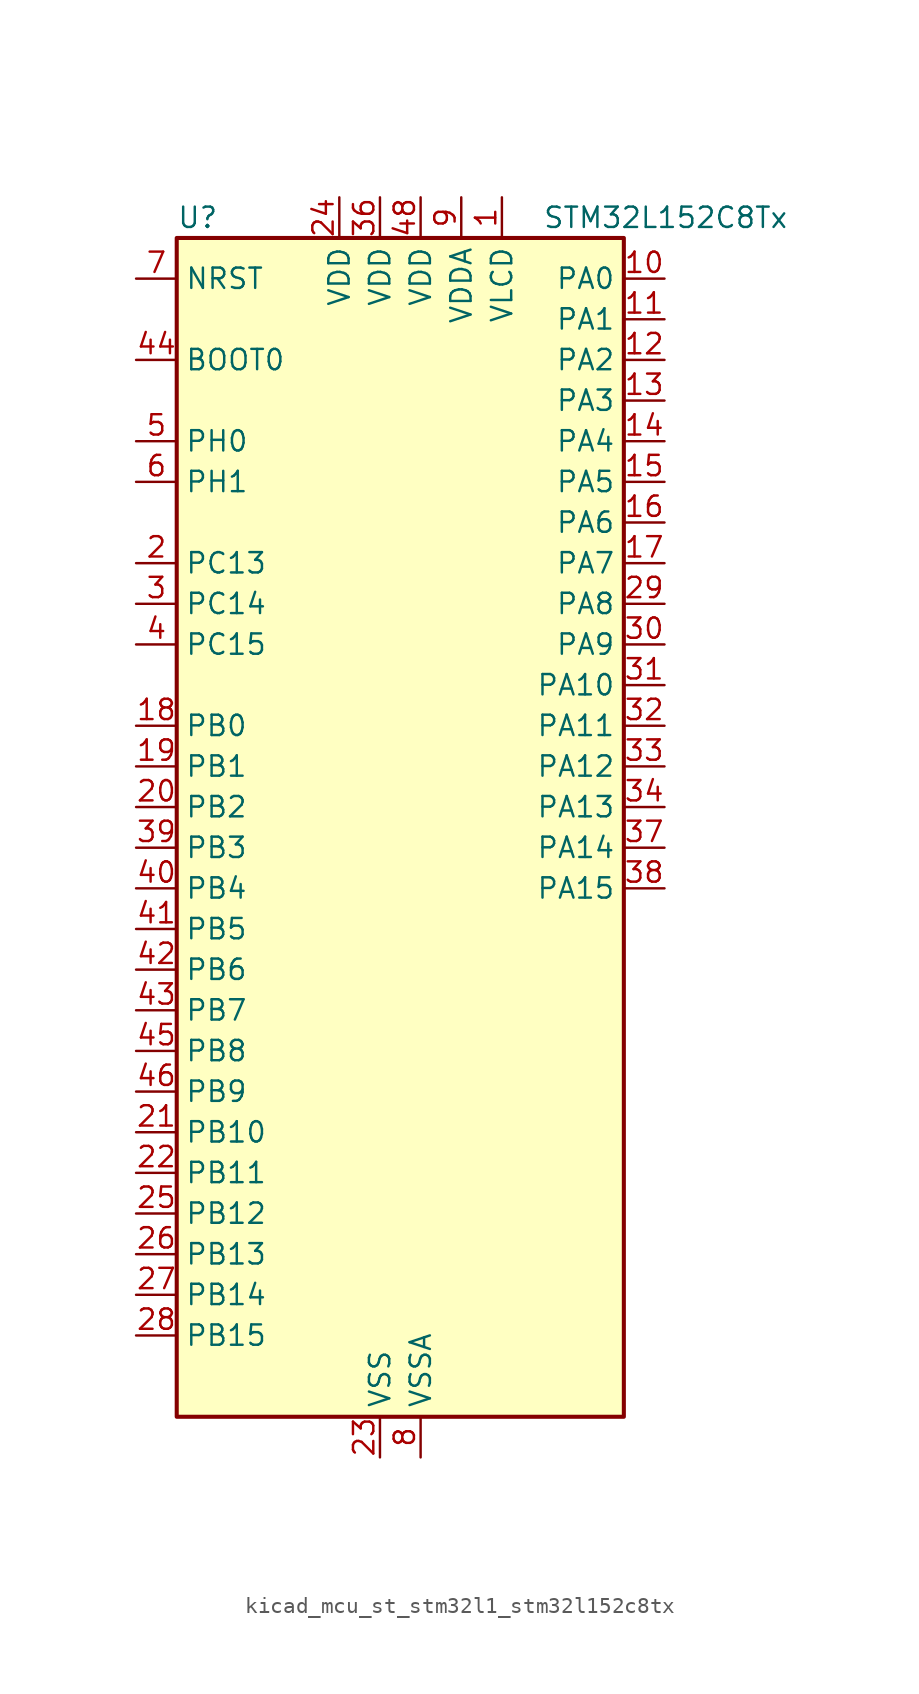
<source format=kicad_sym>
(kicad_symbol_lib
  (version 20220914)
  (generator kicad_symbol_editor)
  (symbol "kicad_mcu_st_stm32l1_stm32l152c8tx"
    (property "Reference" "U"
      (at -12.7 39.37 0)
      (effects (font (size 1.27 1.27)) (justify left)))
    (property "Value" "STM32L152C8Tx"
      (at 10.16 39.37 0)
      (effects (font (size 1.27 1.27)) (justify left)))
    (property "ki_locked" ""
      (at 0 0 0)
      (effects (font (size 1.27 1.27))))
    (symbol "kicad_mcu_st_stm32l1_stm32l152c8tx_0_1"
      (rectangle (start -12.7 -35.56) (end 15.24 38.1) (stroke (width 0.254) (type default)) (fill (type background))))
    (symbol "kicad_mcu_st_stm32l1_stm32l152c8tx_1_1"
      (pin power_in line (at 7.62 40.64 270) (length 2.54) (name "VLCD" (effects (font (size 1.27 1.27)))) (number "1" (effects (font (size 1.27 1.27)))))
      (pin bidirectional line (at 17.78 35.56 180) (length 2.54) (name "PA0" (effects (font (size 1.27 1.27)))) (number "10" (effects (font (size 1.27 1.27)))) (alternate "ADC_IN0" bidirectional line) (alternate "COMP1_INP" bidirectional line) (alternate "SYS_WKUP1" bidirectional line) (alternate "TIM2_CH1" bidirectional line) (alternate "TIM2_ETR" bidirectional line) (alternate "TIMX_IC1" bidirectional line) (alternate "TS_G1_IO1" bidirectional line) (alternate "USART2_CTS" bidirectional line))
      (pin bidirectional line (at 17.78 33.02 180) (length 2.54) (name "PA1" (effects (font (size 1.27 1.27)))) (number "11" (effects (font (size 1.27 1.27)))) (alternate "ADC_IN1" bidirectional line) (alternate "COMP1_INP" bidirectional line) (alternate "LCD_SEG0" bidirectional line) (alternate "TIM2_CH2" bidirectional line) (alternate "TIMX_IC2" bidirectional line) (alternate "TS_G1_IO2" bidirectional line) (alternate "USART2_RTS" bidirectional line))
      (pin bidirectional line (at 17.78 30.48 180) (length 2.54) (name "PA2" (effects (font (size 1.27 1.27)))) (number "12" (effects (font (size 1.27 1.27)))) (alternate "ADC_IN2" bidirectional line) (alternate "COMP1_INP" bidirectional line) (alternate "LCD_SEG1" bidirectional line) (alternate "TIM2_CH3" bidirectional line) (alternate "TIM9_CH1" bidirectional line) (alternate "TIMX_IC3" bidirectional line) (alternate "TS_G1_IO3" bidirectional line) (alternate "USART2_TX" bidirectional line))
      (pin bidirectional line (at 17.78 27.94 180) (length 2.54) (name "PA3" (effects (font (size 1.27 1.27)))) (number "13" (effects (font (size 1.27 1.27)))) (alternate "ADC_IN3" bidirectional line) (alternate "COMP1_INP" bidirectional line) (alternate "LCD_SEG2" bidirectional line) (alternate "TIM2_CH4" bidirectional line) (alternate "TIM9_CH2" bidirectional line) (alternate "TIMX_IC4" bidirectional line) (alternate "TS_G1_IO4" bidirectional line) (alternate "USART2_RX" bidirectional line))
      (pin bidirectional line (at 17.78 25.4 180) (length 2.54) (name "PA4" (effects (font (size 1.27 1.27)))) (number "14" (effects (font (size 1.27 1.27)))) (alternate "ADC_IN4" bidirectional line) (alternate "COMP1_INP" bidirectional line) (alternate "DAC_OUT1" bidirectional line) (alternate "SPI1_NSS" bidirectional line) (alternate "TIMX_IC1" bidirectional line) (alternate "USART2_CK" bidirectional line))
      (pin bidirectional line (at 17.78 22.86 180) (length 2.54) (name "PA5" (effects (font (size 1.27 1.27)))) (number "15" (effects (font (size 1.27 1.27)))) (alternate "ADC_IN5" bidirectional line) (alternate "COMP1_INP" bidirectional line) (alternate "DAC_OUT2" bidirectional line) (alternate "SPI1_SCK" bidirectional line) (alternate "TIM2_CH1" bidirectional line) (alternate "TIM2_ETR" bidirectional line) (alternate "TIMX_IC2" bidirectional line))
      (pin bidirectional line (at 17.78 20.32 180) (length 2.54) (name "PA6" (effects (font (size 1.27 1.27)))) (number "16" (effects (font (size 1.27 1.27)))) (alternate "ADC_IN6" bidirectional line) (alternate "COMP1_INP" bidirectional line) (alternate "LCD_SEG3" bidirectional line) (alternate "SPI1_MISO" bidirectional line) (alternate "TIM10_CH1" bidirectional line) (alternate "TIM3_CH1" bidirectional line) (alternate "TIMX_IC3" bidirectional line) (alternate "TS_G2_IO1" bidirectional line))
      (pin bidirectional line (at 17.78 17.78 180) (length 2.54) (name "PA7" (effects (font (size 1.27 1.27)))) (number "17" (effects (font (size 1.27 1.27)))) (alternate "ADC_IN7" bidirectional line) (alternate "COMP1_INP" bidirectional line) (alternate "LCD_SEG4" bidirectional line) (alternate "SPI1_MOSI" bidirectional line) (alternate "TIM11_CH1" bidirectional line) (alternate "TIM3_CH2" bidirectional line) (alternate "TIMX_IC4" bidirectional line) (alternate "TS_G2_IO2" bidirectional line))
      (pin bidirectional line (at -15.24 7.62 0) (length 2.54) (name "PB0" (effects (font (size 1.27 1.27)))) (number "18" (effects (font (size 1.27 1.27)))) (alternate "ADC_IN8" bidirectional line) (alternate "COMP1_INP" bidirectional line) (alternate "LCD_SEG5" bidirectional line) (alternate "SYS_V_REF_OUT" bidirectional line) (alternate "TIM3_CH3" bidirectional line) (alternate "TS_G3_IO1" bidirectional line))
      (pin bidirectional line (at -15.24 5.08 0) (length 2.54) (name "PB1" (effects (font (size 1.27 1.27)))) (number "19" (effects (font (size 1.27 1.27)))) (alternate "ADC_IN9" bidirectional line) (alternate "COMP1_INP" bidirectional line) (alternate "LCD_SEG6" bidirectional line) (alternate "SYS_V_REF_OUT" bidirectional line) (alternate "TIM3_CH4" bidirectional line) (alternate "TS_G3_IO2" bidirectional line))
      (pin bidirectional line (at -15.24 17.78 0) (length 2.54) (name "PC13" (effects (font (size 1.27 1.27)))) (number "2" (effects (font (size 1.27 1.27)))) (alternate "RTC_OUT_ALARM" bidirectional line) (alternate "RTC_OUT_CALIB" bidirectional line) (alternate "RTC_TAMP1" bidirectional line) (alternate "RTC_TS" bidirectional line) (alternate "SYS_WKUP2" bidirectional line) (alternate "TIMX_IC2" bidirectional line))
      (pin bidirectional line (at -15.24 2.54 0) (length 2.54) (name "PB2" (effects (font (size 1.27 1.27)))) (number "20" (effects (font (size 1.27 1.27)))))
      (pin bidirectional line (at -15.24 -17.78 0) (length 2.54) (name "PB10" (effects (font (size 1.27 1.27)))) (number "21" (effects (font (size 1.27 1.27)))) (alternate "I2C2_SCL" bidirectional line) (alternate "LCD_SEG10" bidirectional line) (alternate "TIM2_CH3" bidirectional line) (alternate "USART3_TX" bidirectional line))
      (pin bidirectional line (at -15.24 -20.32 0) (length 2.54) (name "PB11" (effects (font (size 1.27 1.27)))) (number "22" (effects (font (size 1.27 1.27)))) (alternate "ADC_EXTI11" bidirectional line) (alternate "I2C2_SDA" bidirectional line) (alternate "LCD_SEG11" bidirectional line) (alternate "TIM2_CH4" bidirectional line) (alternate "USART3_RX" bidirectional line))
      (pin power_in line (at 0 -38.1 90) (length 2.54) (name "VSS" (effects (font (size 1.27 1.27)))) (number "23" (effects (font (size 1.27 1.27)))))
      (pin power_in line (at -2.54 40.64 270) (length 2.54) (name "VDD" (effects (font (size 1.27 1.27)))) (number "24" (effects (font (size 1.27 1.27)))))
      (pin bidirectional line (at -15.24 -22.86 0) (length 2.54) (name "PB12" (effects (font (size 1.27 1.27)))) (number "25" (effects (font (size 1.27 1.27)))) (alternate "ADC_IN18" bidirectional line) (alternate "COMP1_INP" bidirectional line) (alternate "I2C2_SMBA" bidirectional line) (alternate "LCD_SEG12" bidirectional line) (alternate "SPI2_NSS" bidirectional line) (alternate "TIM10_CH1" bidirectional line) (alternate "TS_G7_IO1" bidirectional line) (alternate "USART3_CK" bidirectional line))
      (pin bidirectional line (at -15.24 -25.4 0) (length 2.54) (name "PB13" (effects (font (size 1.27 1.27)))) (number "26" (effects (font (size 1.27 1.27)))) (alternate "ADC_IN19" bidirectional line) (alternate "COMP1_INP" bidirectional line) (alternate "LCD_SEG13" bidirectional line) (alternate "SPI2_SCK" bidirectional line) (alternate "TIM9_CH1" bidirectional line) (alternate "TS_G7_IO2" bidirectional line) (alternate "USART3_CTS" bidirectional line))
      (pin bidirectional line (at -15.24 -27.94 0) (length 2.54) (name "PB14" (effects (font (size 1.27 1.27)))) (number "27" (effects (font (size 1.27 1.27)))) (alternate "ADC_IN20" bidirectional line) (alternate "COMP1_INP" bidirectional line) (alternate "LCD_SEG14" bidirectional line) (alternate "SPI2_MISO" bidirectional line) (alternate "TIM9_CH2" bidirectional line) (alternate "TS_G7_IO3" bidirectional line) (alternate "USART3_RTS" bidirectional line))
      (pin bidirectional line (at -15.24 -30.48 0) (length 2.54) (name "PB15" (effects (font (size 1.27 1.27)))) (number "28" (effects (font (size 1.27 1.27)))) (alternate "ADC_EXTI15" bidirectional line) (alternate "ADC_IN21" bidirectional line) (alternate "COMP1_INP" bidirectional line) (alternate "LCD_SEG15" bidirectional line) (alternate "RTC_REFIN" bidirectional line) (alternate "SPI2_MOSI" bidirectional line) (alternate "TIM11_CH1" bidirectional line) (alternate "TS_G7_IO4" bidirectional line))
      (pin bidirectional line (at 17.78 15.24 180) (length 2.54) (name "PA8" (effects (font (size 1.27 1.27)))) (number "29" (effects (font (size 1.27 1.27)))) (alternate "LCD_COM0" bidirectional line) (alternate "RCC_MCO" bidirectional line) (alternate "TIMX_IC1" bidirectional line) (alternate "TS_G4_IO1" bidirectional line) (alternate "USART1_CK" bidirectional line))
      (pin bidirectional line (at -15.24 15.24 0) (length 2.54) (name "PC14" (effects (font (size 1.27 1.27)))) (number "3" (effects (font (size 1.27 1.27)))) (alternate "RCC_OSC32_IN" bidirectional line) (alternate "TIMX_IC3" bidirectional line))
      (pin bidirectional line (at 17.78 12.7 180) (length 2.54) (name "PA9" (effects (font (size 1.27 1.27)))) (number "30" (effects (font (size 1.27 1.27)))) (alternate "DAC_EXTI9" bidirectional line) (alternate "LCD_COM1" bidirectional line) (alternate "TIMX_IC2" bidirectional line) (alternate "TS_G4_IO2" bidirectional line) (alternate "USART1_TX" bidirectional line))
      (pin bidirectional line (at 17.78 10.16 180) (length 2.54) (name "PA10" (effects (font (size 1.27 1.27)))) (number "31" (effects (font (size 1.27 1.27)))) (alternate "LCD_COM2" bidirectional line) (alternate "TIMX_IC3" bidirectional line) (alternate "TS_G4_IO3" bidirectional line) (alternate "USART1_RX" bidirectional line))
      (pin bidirectional line (at 17.78 7.62 180) (length 2.54) (name "PA11" (effects (font (size 1.27 1.27)))) (number "32" (effects (font (size 1.27 1.27)))) (alternate "ADC_EXTI11" bidirectional line) (alternate "SPI1_MISO" bidirectional line) (alternate "TIMX_IC4" bidirectional line) (alternate "USART1_CTS" bidirectional line) (alternate "USB_DM" bidirectional line))
      (pin bidirectional line (at 17.78 5.08 180) (length 2.54) (name "PA12" (effects (font (size 1.27 1.27)))) (number "33" (effects (font (size 1.27 1.27)))) (alternate "SPI1_MOSI" bidirectional line) (alternate "TIMX_IC1" bidirectional line) (alternate "USART1_RTS" bidirectional line) (alternate "USB_DP" bidirectional line))
      (pin bidirectional line (at 17.78 2.54 180) (length 2.54) (name "PA13" (effects (font (size 1.27 1.27)))) (number "34" (effects (font (size 1.27 1.27)))) (alternate "SYS_JTMS-SWDIO" bidirectional line) (alternate "TIMX_IC2" bidirectional line) (alternate "TS_G5_IO1" bidirectional line))
      (pin passive line (at 0 -38.1 90) (length 2.54) hide (name "VSS" (effects (font (size 1.27 1.27)))) (number "35" (effects (font (size 1.27 1.27)))))
      (pin power_in line (at 0 40.64 270) (length 2.54) (name "VDD" (effects (font (size 1.27 1.27)))) (number "36" (effects (font (size 1.27 1.27)))))
      (pin bidirectional line (at 17.78 0 180) (length 2.54) (name "PA14" (effects (font (size 1.27 1.27)))) (number "37" (effects (font (size 1.27 1.27)))) (alternate "SYS_JTCK-SWCLK" bidirectional line) (alternate "TIMX_IC3" bidirectional line) (alternate "TS_G5_IO2" bidirectional line))
      (pin bidirectional line (at 17.78 -2.54 180) (length 2.54) (name "PA15" (effects (font (size 1.27 1.27)))) (number "38" (effects (font (size 1.27 1.27)))) (alternate "ADC_EXTI15" bidirectional line) (alternate "LCD_SEG17" bidirectional line) (alternate "SPI1_NSS" bidirectional line) (alternate "SYS_JTDI" bidirectional line) (alternate "TIM2_CH1" bidirectional line) (alternate "TIM2_ETR" bidirectional line) (alternate "TIMX_IC4" bidirectional line) (alternate "TS_G5_IO3" bidirectional line))
      (pin bidirectional line (at -15.24 0 0) (length 2.54) (name "PB3" (effects (font (size 1.27 1.27)))) (number "39" (effects (font (size 1.27 1.27)))) (alternate "COMP2_INM" bidirectional line) (alternate "LCD_SEG7" bidirectional line) (alternate "SPI1_SCK" bidirectional line) (alternate "SYS_JTDO-TRACESWO" bidirectional line) (alternate "TIM2_CH2" bidirectional line))
      (pin bidirectional line (at -15.24 12.7 0) (length 2.54) (name "PC15" (effects (font (size 1.27 1.27)))) (number "4" (effects (font (size 1.27 1.27)))) (alternate "ADC_EXTI15" bidirectional line) (alternate "RCC_OSC32_OUT" bidirectional line) (alternate "TIMX_IC4" bidirectional line))
      (pin bidirectional line (at -15.24 -2.54 0) (length 2.54) (name "PB4" (effects (font (size 1.27 1.27)))) (number "40" (effects (font (size 1.27 1.27)))) (alternate "COMP2_INP" bidirectional line) (alternate "LCD_SEG8" bidirectional line) (alternate "SPI1_MISO" bidirectional line) (alternate "SYS_JTRST" bidirectional line) (alternate "TIM3_CH1" bidirectional line) (alternate "TS_G6_IO1" bidirectional line))
      (pin bidirectional line (at -15.24 -5.08 0) (length 2.54) (name "PB5" (effects (font (size 1.27 1.27)))) (number "41" (effects (font (size 1.27 1.27)))) (alternate "COMP2_INP" bidirectional line) (alternate "I2C1_SMBA" bidirectional line) (alternate "LCD_SEG9" bidirectional line) (alternate "SPI1_MOSI" bidirectional line) (alternate "TIM3_CH2" bidirectional line) (alternate "TS_G6_IO2" bidirectional line))
      (pin bidirectional line (at -15.24 -7.62 0) (length 2.54) (name "PB6" (effects (font (size 1.27 1.27)))) (number "42" (effects (font (size 1.27 1.27)))) (alternate "I2C1_SCL" bidirectional line) (alternate "TIM4_CH1" bidirectional line) (alternate "USART1_TX" bidirectional line))
      (pin bidirectional line (at -15.24 -10.16 0) (length 2.54) (name "PB7" (effects (font (size 1.27 1.27)))) (number "43" (effects (font (size 1.27 1.27)))) (alternate "I2C1_SDA" bidirectional line) (alternate "SYS_PVD_IN" bidirectional line) (alternate "TIM4_CH2" bidirectional line) (alternate "USART1_RX" bidirectional line))
      (pin input line (at -15.24 30.48 0) (length 2.54) (name "BOOT0" (effects (font (size 1.27 1.27)))) (number "44" (effects (font (size 1.27 1.27)))))
      (pin bidirectional line (at -15.24 -12.7 0) (length 2.54) (name "PB8" (effects (font (size 1.27 1.27)))) (number "45" (effects (font (size 1.27 1.27)))) (alternate "I2C1_SCL" bidirectional line) (alternate "LCD_SEG16" bidirectional line) (alternate "TIM10_CH1" bidirectional line) (alternate "TIM4_CH3" bidirectional line))
      (pin bidirectional line (at -15.24 -15.24 0) (length 2.54) (name "PB9" (effects (font (size 1.27 1.27)))) (number "46" (effects (font (size 1.27 1.27)))) (alternate "DAC_EXTI9" bidirectional line) (alternate "I2C1_SDA" bidirectional line) (alternate "LCD_COM3" bidirectional line) (alternate "TIM11_CH1" bidirectional line) (alternate "TIM4_CH4" bidirectional line))
      (pin passive line (at 0 -38.1 90) (length 2.54) hide (name "VSS" (effects (font (size 1.27 1.27)))) (number "47" (effects (font (size 1.27 1.27)))))
      (pin power_in line (at 2.54 40.64 270) (length 2.54) (name "VDD" (effects (font (size 1.27 1.27)))) (number "48" (effects (font (size 1.27 1.27)))))
      (pin bidirectional line (at -15.24 25.4 0) (length 2.54) (name "PH0" (effects (font (size 1.27 1.27)))) (number "5" (effects (font (size 1.27 1.27)))) (alternate "RCC_OSC_IN" bidirectional line))
      (pin bidirectional line (at -15.24 22.86 0) (length 2.54) (name "PH1" (effects (font (size 1.27 1.27)))) (number "6" (effects (font (size 1.27 1.27)))) (alternate "RCC_OSC_OUT" bidirectional line))
      (pin input line (at -15.24 35.56 0) (length 2.54) (name "NRST" (effects (font (size 1.27 1.27)))) (number "7" (effects (font (size 1.27 1.27)))))
      (pin power_in line (at 2.54 -38.1 90) (length 2.54) (name "VSSA" (effects (font (size 1.27 1.27)))) (number "8" (effects (font (size 1.27 1.27)))))
      (pin power_in line (at 5.08 40.64 270) (length 2.54) (name "VDDA" (effects (font (size 1.27 1.27)))) (number "9" (effects (font (size 1.27 1.27))))))))
</source>
